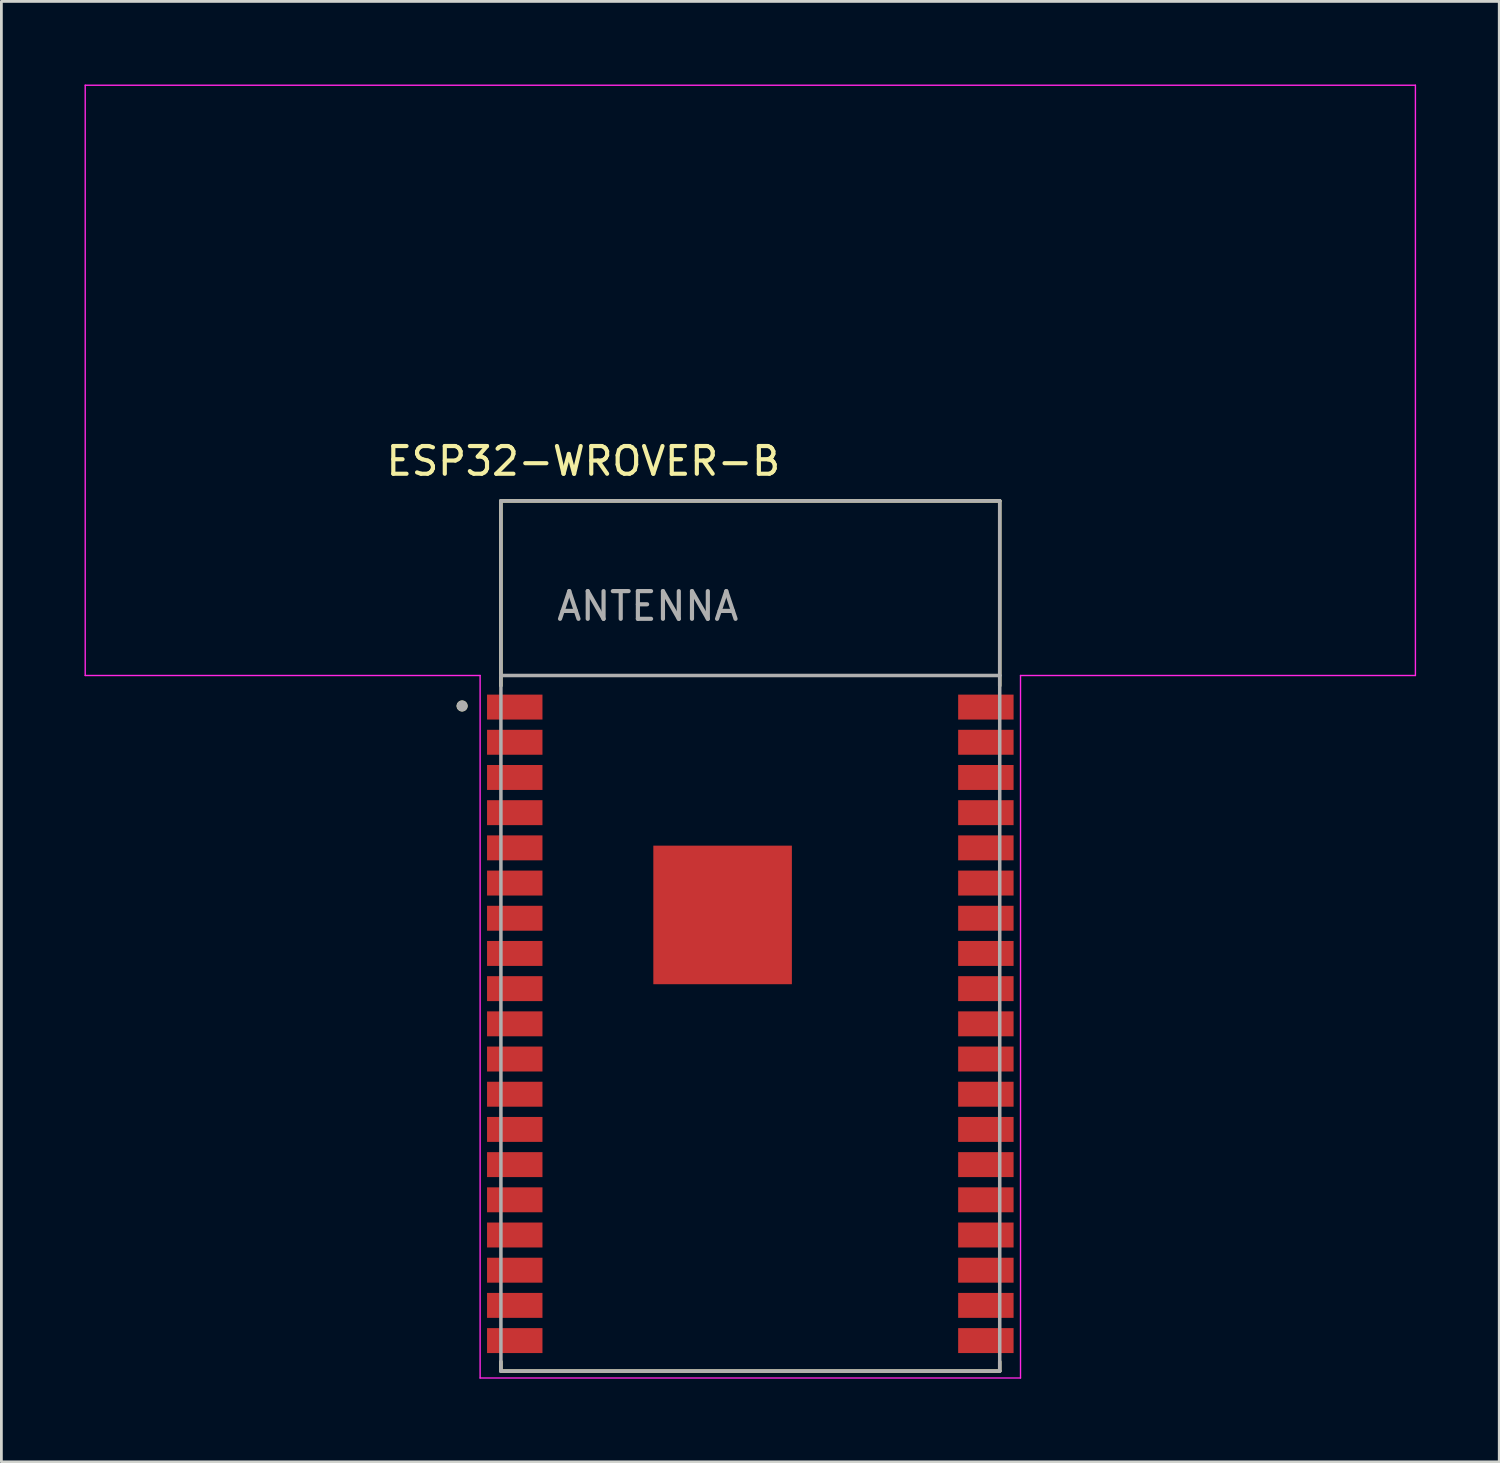
<source format=kicad_pcb>
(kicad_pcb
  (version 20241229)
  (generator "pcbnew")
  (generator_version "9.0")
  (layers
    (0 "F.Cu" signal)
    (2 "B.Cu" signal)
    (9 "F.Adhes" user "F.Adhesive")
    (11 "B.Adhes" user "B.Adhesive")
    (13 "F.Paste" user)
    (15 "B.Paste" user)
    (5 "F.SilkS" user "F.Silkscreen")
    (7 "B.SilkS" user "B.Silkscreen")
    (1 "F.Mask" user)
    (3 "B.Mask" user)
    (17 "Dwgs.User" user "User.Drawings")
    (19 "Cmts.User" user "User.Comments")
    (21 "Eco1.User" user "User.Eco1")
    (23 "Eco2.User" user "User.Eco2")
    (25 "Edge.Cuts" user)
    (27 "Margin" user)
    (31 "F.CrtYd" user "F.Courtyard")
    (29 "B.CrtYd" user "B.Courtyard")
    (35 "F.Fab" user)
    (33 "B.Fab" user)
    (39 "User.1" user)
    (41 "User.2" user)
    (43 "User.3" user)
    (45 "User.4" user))
  (footprint "ESP32-WROVER-B"
    (layer "F.Cu")
    (at 24.025 30.725)
    (property "Reference" "ESP32-WROVER-B" (at -6.025 -17.135 0) (layer "F.SilkS") (effects (font (size 1 1) (thickness 0.15))))
    (attr smd)
    (fp_line (start -9 -15.7) (end 9 -15.7) (stroke (width 0.127) (type solid)) (layer "F.SilkS"))
    (fp_line (start -9 -9.03) (end -9 -15.7) (stroke (width 0.127) (type solid)) (layer "F.SilkS"))
    (fp_line (start -9 15.36) (end -9 15.7) (stroke (width 0.127) (type solid)) (layer "F.SilkS"))
    (fp_line (start -9 15.7) (end 9 15.7) (stroke (width 0.127) (type solid)) (layer "F.SilkS"))
    (fp_line (start 9 -15.7) (end 9 -9.03) (stroke (width 0.127) (type solid)) (layer "F.SilkS"))
    (fp_line (start 9 15.7) (end 9 15.36) (stroke (width 0.127) (type solid)) (layer "F.SilkS"))
    (fp_circle (center -10.4 -8.3) (end -10.3 -8.3) (stroke (width 0.2) (type solid)) (fill no) (layer "F.SilkS"))
    (fp_poly (pts (xy -2.58 -2.34) (xy 0.58 -2.34) (xy 0.58 0.82) (xy -2.58 0.82)) (stroke (width 0.01) (type solid)) (fill yes) (layer "F.Paste"))
    (fp_line (start -24 -30.7) (end 24 -30.7) (stroke (width 0.05) (type solid)) (layer "F.CrtYd"))
    (fp_line (start -24 -9.4) (end -24 -30.7) (stroke (width 0.05) (type solid)) (layer "F.CrtYd"))
    (fp_line (start -9.75 -9.4) (end -24 -9.4) (stroke (width 0.05) (type solid)) (layer "F.CrtYd"))
    (fp_line (start -9.75 -9.4) (end -9.75 15.95) (stroke (width 0.05) (type solid)) (layer "F.CrtYd"))
    (fp_line (start -9.75 15.95) (end 9.75 15.95) (stroke (width 0.05) (type solid)) (layer "F.CrtYd"))
    (fp_line (start 9.75 15.95) (end 9.75 -9.4) (stroke (width 0.05) (type solid)) (layer "F.CrtYd"))
    (fp_line (start 24 -30.7) (end 24 -9.4) (stroke (width 0.05) (type solid)) (layer "F.CrtYd"))
    (fp_line (start 24 -9.4) (end 9.75 -9.4) (stroke (width 0.05) (type solid)) (layer "F.CrtYd"))
    (fp_line (start -9 -15.7) (end 9 -15.7) (stroke (width 0.127) (type solid)) (layer "F.Fab"))
    (fp_line (start -9 -9.4) (end -9 -15.7) (stroke (width 0.127) (type solid)) (layer "F.Fab"))
    (fp_line (start -9 -9.4) (end 9 -9.4) (stroke (width 0.127) (type solid)) (layer "F.Fab"))
    (fp_line (start -9 15.7) (end -9 -9.4) (stroke (width 0.127) (type solid)) (layer "F.Fab"))
    (fp_line (start 9 -15.7) (end 9 -9.4) (stroke (width 0.127) (type solid)) (layer "F.Fab"))
    (fp_line (start 9 -9.4) (end 9 15.7) (stroke (width 0.127) (type solid)) (layer "F.Fab"))
    (fp_line (start 9 15.7) (end -9 15.7) (stroke (width 0.127) (type solid)) (layer "F.Fab"))
    (fp_circle (center -10.4 -8.3) (end -10.3 -8.3) (stroke (width 0.2) (type solid)) (fill no) (layer "F.Fab"))
    (fp_text user "ANTENNA" (at -3.7 -11.9 0) (layer "F.Fab") (effects (font (size 1 1) (thickness 0.15))))
    (pad "1" smd rect (at -8.5 -8.26) (size 2 0.9) (layers "F.Cu" "F.Mask" "F.Paste"))
    (pad "2" smd rect (at -8.5 -6.99) (size 2 0.9) (layers "F.Cu" "F.Mask" "F.Paste"))
    (pad "3" smd rect (at -8.5 -5.72) (size 2 0.9) (layers "F.Cu" "F.Mask" "F.Paste"))
    (pad "4" smd rect (at -8.5 -4.45) (size 2 0.9) (layers "F.Cu" "F.Mask" "F.Paste"))
    (pad "5" smd rect (at -8.5 -3.18) (size 2 0.9) (layers "F.Cu" "F.Mask" "F.Paste"))
    (pad "6" smd rect (at -8.5 -1.91) (size 2 0.9) (layers "F.Cu" "F.Mask" "F.Paste"))
    (pad "7" smd rect (at -8.5 -0.64) (size 2 0.9) (layers "F.Cu" "F.Mask" "F.Paste"))
    (pad "8" smd rect (at -8.5 0.63) (size 2 0.9) (layers "F.Cu" "F.Mask" "F.Paste"))
    (pad "9" smd rect (at -8.5 1.9) (size 2 0.9) (layers "F.Cu" "F.Mask" "F.Paste"))
    (pad "10" smd rect (at -8.5 3.17) (size 2 0.9) (layers "F.Cu" "F.Mask" "F.Paste"))
    (pad "11" smd rect (at -8.5 4.44) (size 2 0.9) (layers "F.Cu" "F.Mask" "F.Paste"))
    (pad "12" smd rect (at -8.5 5.71) (size 2 0.9) (layers "F.Cu" "F.Mask" "F.Paste"))
    (pad "13" smd rect (at -8.5 6.98) (size 2 0.9) (layers "F.Cu" "F.Mask" "F.Paste"))
    (pad "14" smd rect (at -8.5 8.25) (size 2 0.9) (layers "F.Cu" "F.Mask" "F.Paste"))
    (pad "15" smd rect (at -8.5 9.52) (size 2 0.9) (layers "F.Cu" "F.Mask" "F.Paste"))
    (pad "16" smd rect (at -8.5 10.79) (size 2 0.9) (layers "F.Cu" "F.Mask" "F.Paste"))
    (pad "17" smd rect (at -8.5 12.06) (size 2 0.9) (layers "F.Cu" "F.Mask" "F.Paste"))
    (pad "18" smd rect (at -8.5 13.33) (size 2 0.9) (layers "F.Cu" "F.Mask" "F.Paste"))
    (pad "19" smd rect (at -8.5 14.6) (size 2 0.9) (layers "F.Cu" "F.Mask" "F.Paste"))
    (pad "20" smd rect (at 8.5 14.6) (size 2 0.9) (layers "F.Cu" "F.Mask" "F.Paste"))
    (pad "21" smd rect (at 8.5 13.33) (size 2 0.9) (layers "F.Cu" "F.Mask" "F.Paste"))
    (pad "22" smd rect (at 8.5 12.06) (size 2 0.9) (layers "F.Cu" "F.Mask" "F.Paste"))
    (pad "23" smd rect (at 8.5 10.79) (size 2 0.9) (layers "F.Cu" "F.Mask" "F.Paste"))
    (pad "24" smd rect (at 8.5 9.52) (size 2 0.9) (layers "F.Cu" "F.Mask" "F.Paste"))
    (pad "25" smd rect (at 8.5 8.25) (size 2 0.9) (layers "F.Cu" "F.Mask" "F.Paste"))
    (pad "26" smd rect (at 8.5 6.98) (size 2 0.9) (layers "F.Cu" "F.Mask" "F.Paste"))
    (pad "27" smd rect (at 8.5 5.71) (size 2 0.9) (layers "F.Cu" "F.Mask" "F.Paste"))
    (pad "28" smd rect (at 8.5 4.44) (size 2 0.9) (layers "F.Cu" "F.Mask" "F.Paste"))
    (pad "29" smd rect (at 8.5 3.17) (size 2 0.9) (layers "F.Cu" "F.Mask" "F.Paste"))
    (pad "30" smd rect (at 8.5 1.9) (size 2 0.9) (layers "F.Cu" "F.Mask" "F.Paste"))
    (pad "31" smd rect (at 8.5 0.63) (size 2 0.9) (layers "F.Cu" "F.Mask" "F.Paste"))
    (pad "32" smd rect (at 8.5 -0.64) (size 2 0.9) (layers "F.Cu" "F.Mask" "F.Paste"))
    (pad "33" smd rect (at 8.5 -1.91) (size 2 0.9) (layers "F.Cu" "F.Mask" "F.Paste"))
    (pad "34" smd rect (at 8.5 -3.18) (size 2 0.9) (layers "F.Cu" "F.Mask" "F.Paste"))
    (pad "35" smd rect (at 8.5 -4.45) (size 2 0.9) (layers "F.Cu" "F.Mask" "F.Paste"))
    (pad "36" smd rect (at 8.5 -5.72) (size 2 0.9) (layers "F.Cu" "F.Mask" "F.Paste"))
    (pad "37" smd rect (at 8.5 -6.99) (size 2 0.9) (layers "F.Cu" "F.Mask" "F.Paste"))
    (pad "38" smd rect (at 8.5 -8.26) (size 2 0.9) (layers "F.Cu" "F.Mask" "F.Paste"))
    (pad "39" smd rect (at -1 -0.76) (size 5 5) (layers "F.Cu" "F.Mask"))
    (zone (net_name "") (layer "F.Cu") (hatch full 0.508) (connect_pads) (min_thickness 0.01) (filled_areas_thickness no) (keepout (tracks not_allowed) (vias not_allowed) (pads not_allowed) (copperpour not_allowed) (footprints allowed)) (placement (enabled no)) (fill) (polygon (pts (xy 0.025 0.025) (xy 48.025 0.025) (xy 48.025 21.325) (xy 0.025 21.325))))
    (zone (net_name "") (layers "F.Cu" "B.Cu") (hatch full 0.508) (connect_pads) (min_thickness 0.01) (filled_areas_thickness no) (keepout (tracks allowed) (vias not_allowed) (pads allowed) (copperpour allowed) (footprints allowed)) (placement (enabled no)) (fill) (polygon (pts (xy 0.025 0.025) (xy 48.025 0.025) (xy 48.025 21.325) (xy 0.025 21.325)))))
  (gr_rect
    (start -3 -3)
    (end 51.05 49.7)
    (stroke (width 0.1) (type default))
    (fill no)
    (layer "Edge.Cuts")))
</source>
